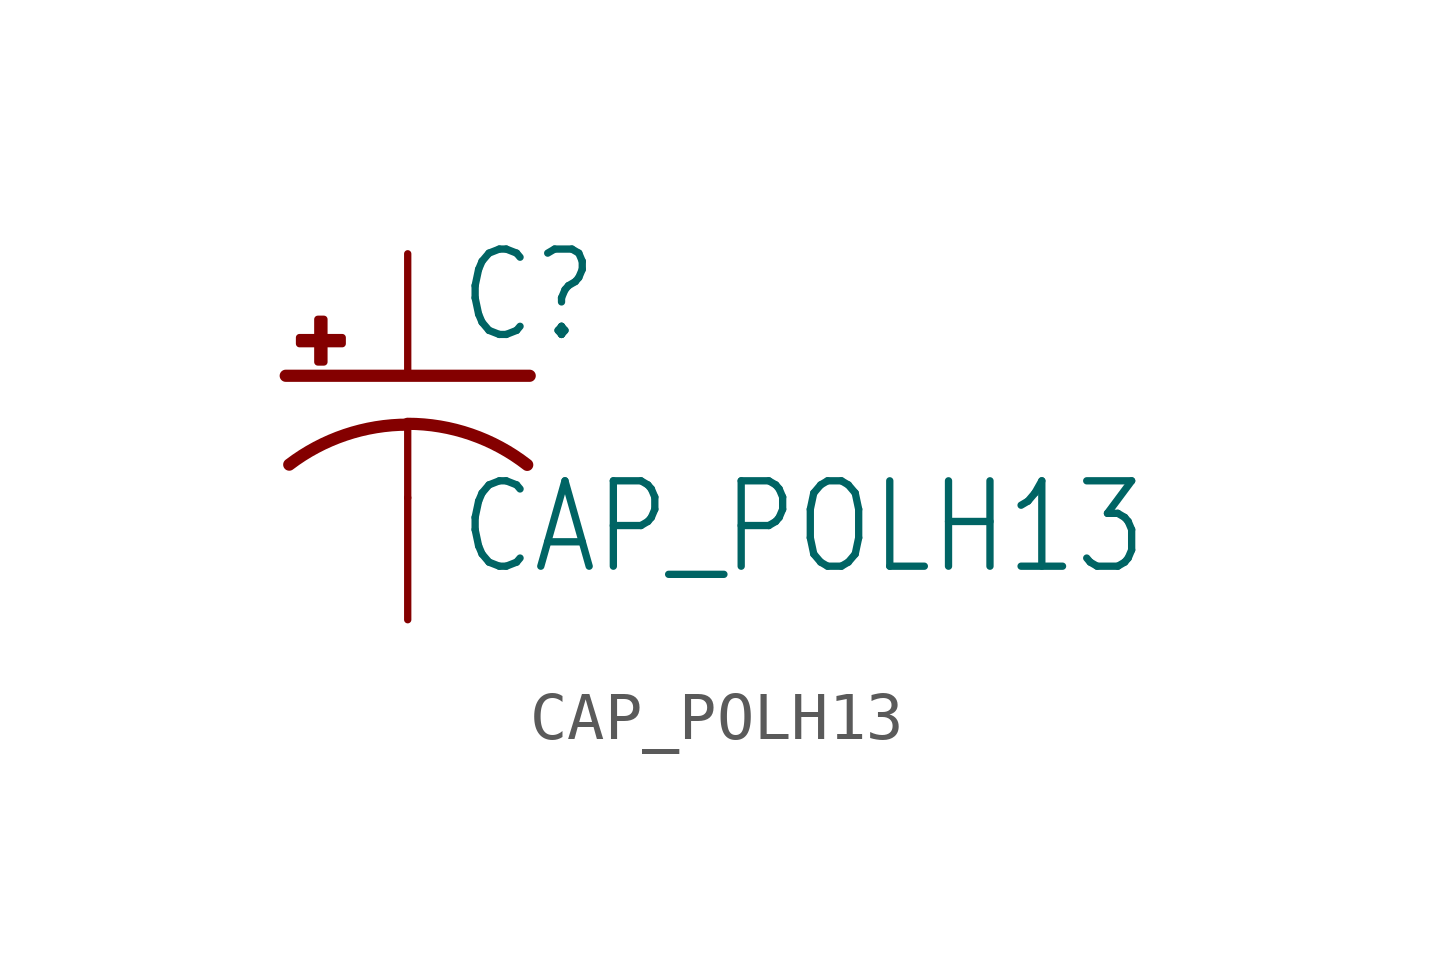
<source format=kicad_sym>
(kicad_symbol_lib
  (version 20211014)
  (generator kicad_symbol_editor)
  (symbol "CAP_POLH13"
    (property "Reference" "C"
      (at 1.016 0.635 0)
      (effects (font (size 1.778 1.511)) (justify left bottom)))
    (property "Value" "CAP_POLH13"
      (at 1.016 -4.191 0)
      (effects (font (size 1.778 1.511)) (justify left bottom)))
    (property "ki_locked" ""
      (at 0 0 0)
      (effects (font (size 1.27 1.27))))
    (symbol "CAP_POLH13_1_0"
      (rectangle (start -2.253 0.668) (end -1.364 0.795) (stroke (width 0) (type default) (color 0 0 0 0)) (fill (type outline)))
      (rectangle (start -1.872 0.287) (end -1.745 1.176) (stroke (width 0) (type default) (color 0 0 0 0)) (fill (type outline)))
      (arc (start 0 -1.0161) (mid -1.3021 -1.2302) (end -2.4669 -1.8504) (stroke (width 0.254) (type default) (color 0 0 0 0)) (fill (type none)))
      (polyline (pts (xy -2.54 0) (xy 2.54 0)) (stroke (width 0.254) (type default) (color 0 0 0 0)) (fill (type none)))
      (polyline (pts (xy 0 -1.016) (xy 0 -2.54)) (stroke (width 0.152) (type default) (color 0 0 0 0)) (fill (type none)))
      (arc (start 2.4892 -1.8542) (mid 1.3158 -1.2195) (end 0 -1) (stroke (width 0.254) (type default) (color 0 0 0 0)) (fill (type none)))
      (pin passive line (at 0 2.54 270) (length 2.54) (name "+" (effects (font (size 0 0)))) (number "+" (effects (font (size 0 0)))))
      (pin passive line (at 0 -5.08 90) (length 2.54) (name "-" (effects (font (size 0 0)))) (number "-" (effects (font (size 0 0))))))))
</source>
